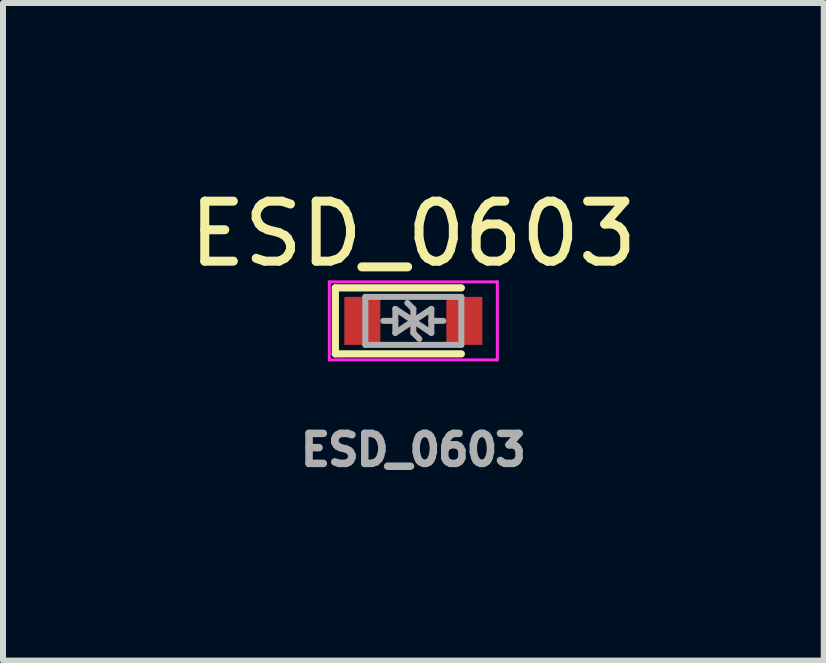
<source format=kicad_pcb>
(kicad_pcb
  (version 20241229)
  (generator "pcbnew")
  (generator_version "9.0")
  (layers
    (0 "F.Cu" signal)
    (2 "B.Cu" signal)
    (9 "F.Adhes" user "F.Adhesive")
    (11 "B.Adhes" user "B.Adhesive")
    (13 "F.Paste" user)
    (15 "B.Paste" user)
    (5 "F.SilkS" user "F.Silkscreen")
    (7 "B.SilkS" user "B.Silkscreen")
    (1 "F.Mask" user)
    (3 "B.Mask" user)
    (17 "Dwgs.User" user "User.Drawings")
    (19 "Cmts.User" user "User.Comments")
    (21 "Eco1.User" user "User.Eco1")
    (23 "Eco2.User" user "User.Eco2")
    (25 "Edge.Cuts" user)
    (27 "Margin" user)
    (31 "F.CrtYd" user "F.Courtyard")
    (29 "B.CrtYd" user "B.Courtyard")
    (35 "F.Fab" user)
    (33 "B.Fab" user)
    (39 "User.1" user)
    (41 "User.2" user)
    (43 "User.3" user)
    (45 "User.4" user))
  (footprint "ESD_0603"
    (layer "F.Cu")
    (at 3.839 2.298)
    (property "Reference" "ESD_0603" (at 0 -1.45 0) (layer "F.SilkS") (effects (font (size 1 1) (thickness 0.15))))
    (attr smd)
    (fp_line (start -1.3 -0.55) (end -1.3 0.55) (stroke (width 0.12) (type solid)) (layer "F.SilkS"))
    (fp_line (start -1.3 -0.55) (end 0.8 -0.55) (stroke (width 0.12) (type solid)) (layer "F.SilkS"))
    (fp_line (start -1.3 0.55) (end 0.8 0.55) (stroke (width 0.12) (type solid)) (layer "F.SilkS"))
    (fp_line (start -1.4 -0.65) (end -1.4 0.65) (stroke (width 0.05) (type solid)) (layer "F.CrtYd"))
    (fp_line (start -1.4 0.65) (end 1.4 0.65) (stroke (width 0.05) (type solid)) (layer "F.CrtYd"))
    (fp_line (start 1.4 -0.65) (end -1.4 -0.65) (stroke (width 0.05) (type solid)) (layer "F.CrtYd"))
    (fp_line (start 1.4 0.65) (end 1.4 -0.65) (stroke (width 0.05) (type solid)) (layer "F.CrtYd"))
    (fp_line (start -0.8 -0.4) (end 0.8 -0.4) (stroke (width 0.1) (type solid)) (layer "F.Fab"))
    (fp_line (start -0.8 0.4) (end -0.8 -0.4) (stroke (width 0.1) (type solid)) (layer "F.Fab"))
    (fp_line (start -0.3 -0.2) (end -0.3 0.2) (stroke (width 0.1) (type solid)) (layer "F.Fab"))
    (fp_line (start -0.3 0) (end -0.5 0) (stroke (width 0.1) (type solid)) (layer "F.Fab"))
    (fp_line (start -0.3 0.2) (end 0 0) (stroke (width 0.1) (type solid)) (layer "F.Fab"))
    (fp_line (start 0 -0.2) (end -0.1 -0.3) (stroke (width 0.1) (type solid)) (layer "F.Fab"))
    (fp_line (start 0 -0.2) (end 0 0.2) (stroke (width 0.1) (type solid)) (layer "F.Fab"))
    (fp_line (start 0 0) (end -0.3 -0.2) (stroke (width 0.1) (type solid)) (layer "F.Fab"))
    (fp_line (start 0 0) (end 0.3 0.2) (stroke (width 0.1) (type solid)) (layer "F.Fab"))
    (fp_line (start 0 0.2) (end 0.1 0.3) (stroke (width 0.1) (type solid)) (layer "F.Fab"))
    (fp_line (start 0.3 -0.2) (end 0 0) (stroke (width 0.1) (type solid)) (layer "F.Fab"))
    (fp_line (start 0.3 0) (end 0.5 0) (stroke (width 0.1) (type solid)) (layer "F.Fab"))
    (fp_line (start 0.3 0.2) (end 0.3 -0.2) (stroke (width 0.1) (type solid)) (layer "F.Fab"))
    (fp_line (start 0.8 -0.4) (end 0.8 0.4) (stroke (width 0.1) (type solid)) (layer "F.Fab"))
    (fp_line (start 0.8 0.4) (end -0.8 0.4) (stroke (width 0.1) (type solid)) (layer "F.Fab"))
    (fp_text user "${REFERENCE}" (at 0 2.15 0) (layer "F.Fab") (effects (font (size 0.5 0.5) (thickness 0.125))))
    (pad "1" smd rect (at -0.85 0) (size 0.6 0.8) (layers "F.Cu" "F.Mask" "F.Paste"))
    (pad "2" smd rect (at 0.85 0) (size 0.6 0.8) (layers "F.Cu" "F.Mask" "F.Paste")))
  (gr_rect
    (start -3 -3)
    (end 10.679 7.96)
    (stroke (width 0.1) (type default))
    (fill no)
    (layer "Edge.Cuts")))
</source>
